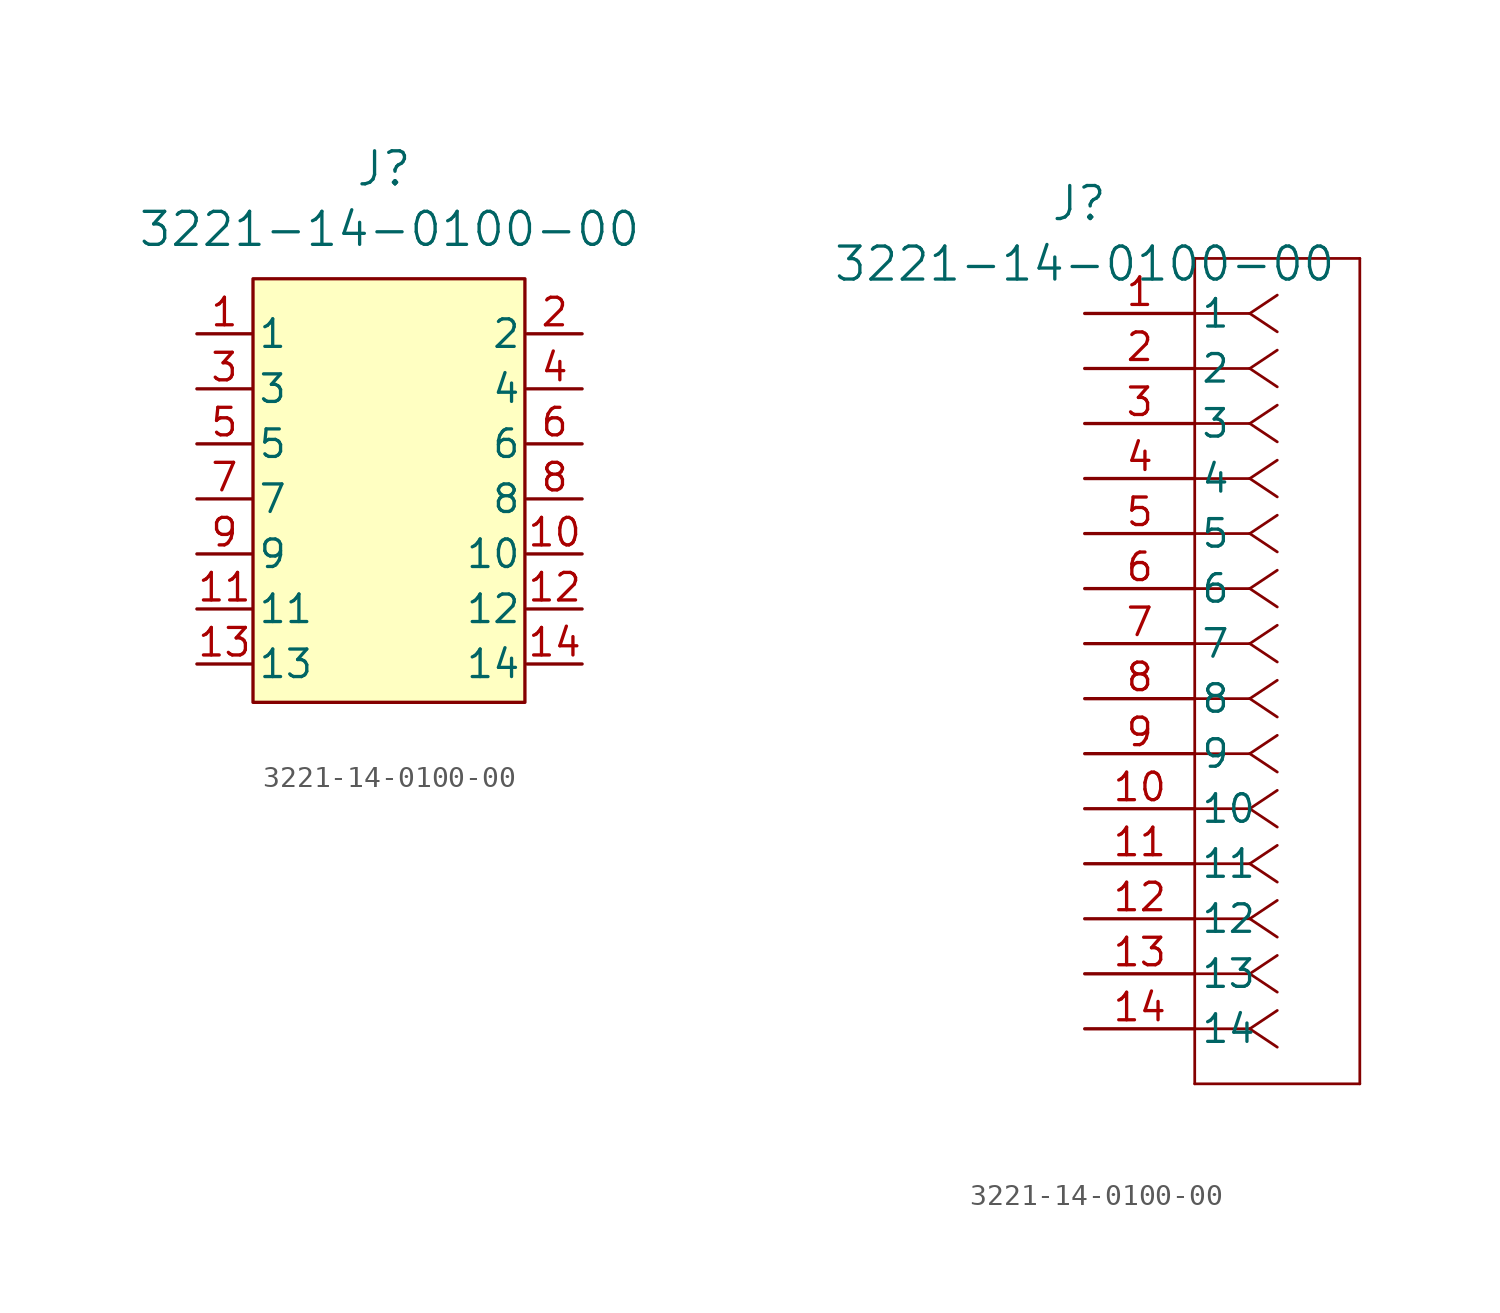
<source format=kicad_sym>
(kicad_symbol_lib
  (version 20231120)
  (generator "kicad_symbol_editor")
  (generator_version "8.0")
  (symbol "3221-14-0100-00"
    (pin_names
      (offset 0.254))
    (property "Reference" "J"
      (at -0.254 5.08 0)
      (effects (font (size 1.524 1.524))))
    (property "Value" "3221-14-0100-00"
      (at 0 2.286 0)
      (effects (font (size 1.524 1.524))))
    (property "ki_locked" ""
      (at 0 0 0)
      (effects (font (size 1.27 1.27))))
    (symbol "3221-14-0100-00_1_1"
      (rectangle (start -6.3 0) (end 6.25 -19.55) (stroke (width 0) (type default)) (fill (type background)))
      (pin passive line (at -8.89 -2.54 0) (length 2.54) (name "1" (effects (font (size 1.27 1.27)))) (number "1" (effects (font (size 1.27 1.27)))))
      (pin passive line (at 8.89 -12.7 180) (length 2.54) (name "10" (effects (font (size 1.27 1.27)))) (number "10" (effects (font (size 1.27 1.27)))))
      (pin passive line (at -8.89 -15.24 0) (length 2.54) (name "11" (effects (font (size 1.27 1.27)))) (number "11" (effects (font (size 1.27 1.27)))))
      (pin passive line (at 8.89 -15.24 180) (length 2.54) (name "12" (effects (font (size 1.27 1.27)))) (number "12" (effects (font (size 1.27 1.27)))))
      (pin passive line (at -8.89 -17.78 0) (length 2.54) (name "13" (effects (font (size 1.27 1.27)))) (number "13" (effects (font (size 1.27 1.27)))))
      (pin passive line (at 8.89 -17.78 180) (length 2.54) (name "14" (effects (font (size 1.27 1.27)))) (number "14" (effects (font (size 1.27 1.27)))))
      (pin passive line (at 8.89 -2.54 180) (length 2.54) (name "2" (effects (font (size 1.27 1.27)))) (number "2" (effects (font (size 1.27 1.27)))))
      (pin passive line (at -8.89 -5.08 0) (length 2.54) (name "3" (effects (font (size 1.27 1.27)))) (number "3" (effects (font (size 1.27 1.27)))))
      (pin passive line (at 8.89 -5.08 180) (length 2.54) (name "4" (effects (font (size 1.27 1.27)))) (number "4" (effects (font (size 1.27 1.27)))))
      (pin passive line (at -8.89 -7.62 0) (length 2.54) (name "5" (effects (font (size 1.27 1.27)))) (number "5" (effects (font (size 1.27 1.27)))))
      (pin passive line (at 8.89 -7.62 180) (length 2.54) (name "6" (effects (font (size 1.27 1.27)))) (number "6" (effects (font (size 1.27 1.27)))))
      (pin passive line (at -8.89 -10.16 0) (length 2.54) (name "7" (effects (font (size 1.27 1.27)))) (number "7" (effects (font (size 1.27 1.27)))))
      (pin passive line (at 8.89 -10.16 180) (length 2.54) (name "8" (effects (font (size 1.27 1.27)))) (number "8" (effects (font (size 1.27 1.27)))))
      (pin passive line (at -8.89 -12.7 0) (length 2.54) (name "9" (effects (font (size 1.27 1.27)))) (number "9" (effects (font (size 1.27 1.27))))))
    (symbol "3221-14-0100-00_1_2"
      (polyline (pts (xy 5.08 -35.56) (xy 12.7 -35.56)) (stroke (width 0.127) (type default)) (fill (type none)))
      (polyline (pts (xy 5.08 2.54) (xy 5.08 -35.56)) (stroke (width 0.127) (type default)) (fill (type none)))
      (polyline (pts (xy 7.62 -33.02) (xy 5.08 -33.02)) (stroke (width 0.127) (type default)) (fill (type none)))
      (polyline (pts (xy 7.62 -33.02) (xy 8.89 -33.867)) (stroke (width 0.127) (type default)) (fill (type none)))
      (polyline (pts (xy 7.62 -33.02) (xy 8.89 -32.173)) (stroke (width 0.127) (type default)) (fill (type none)))
      (polyline (pts (xy 7.62 -30.48) (xy 5.08 -30.48)) (stroke (width 0.127) (type default)) (fill (type none)))
      (polyline (pts (xy 7.62 -30.48) (xy 8.89 -31.327)) (stroke (width 0.127) (type default)) (fill (type none)))
      (polyline (pts (xy 7.62 -30.48) (xy 8.89 -29.633)) (stroke (width 0.127) (type default)) (fill (type none)))
      (polyline (pts (xy 7.62 -27.94) (xy 5.08 -27.94)) (stroke (width 0.127) (type default)) (fill (type none)))
      (polyline (pts (xy 7.62 -27.94) (xy 8.89 -28.787)) (stroke (width 0.127) (type default)) (fill (type none)))
      (polyline (pts (xy 7.62 -27.94) (xy 8.89 -27.093)) (stroke (width 0.127) (type default)) (fill (type none)))
      (polyline (pts (xy 7.62 -25.4) (xy 5.08 -25.4)) (stroke (width 0.127) (type default)) (fill (type none)))
      (polyline (pts (xy 7.62 -25.4) (xy 8.89 -26.247)) (stroke (width 0.127) (type default)) (fill (type none)))
      (polyline (pts (xy 7.62 -25.4) (xy 8.89 -24.553)) (stroke (width 0.127) (type default)) (fill (type none)))
      (polyline (pts (xy 7.62 -22.86) (xy 5.08 -22.86)) (stroke (width 0.127) (type default)) (fill (type none)))
      (polyline (pts (xy 7.62 -22.86) (xy 8.89 -23.707)) (stroke (width 0.127) (type default)) (fill (type none)))
      (polyline (pts (xy 7.62 -22.86) (xy 8.89 -22.013)) (stroke (width 0.127) (type default)) (fill (type none)))
      (polyline (pts (xy 7.62 -20.32) (xy 5.08 -20.32)) (stroke (width 0.127) (type default)) (fill (type none)))
      (polyline (pts (xy 7.62 -20.32) (xy 8.89 -21.167)) (stroke (width 0.127) (type default)) (fill (type none)))
      (polyline (pts (xy 7.62 -20.32) (xy 8.89 -19.473)) (stroke (width 0.127) (type default)) (fill (type none)))
      (polyline (pts (xy 7.62 -17.78) (xy 5.08 -17.78)) (stroke (width 0.127) (type default)) (fill (type none)))
      (polyline (pts (xy 7.62 -17.78) (xy 8.89 -18.627)) (stroke (width 0.127) (type default)) (fill (type none)))
      (polyline (pts (xy 7.62 -17.78) (xy 8.89 -16.933)) (stroke (width 0.127) (type default)) (fill (type none)))
      (polyline (pts (xy 7.62 -15.24) (xy 5.08 -15.24)) (stroke (width 0.127) (type default)) (fill (type none)))
      (polyline (pts (xy 7.62 -15.24) (xy 8.89 -16.087)) (stroke (width 0.127) (type default)) (fill (type none)))
      (polyline (pts (xy 7.62 -15.24) (xy 8.89 -14.393)) (stroke (width 0.127) (type default)) (fill (type none)))
      (polyline (pts (xy 7.62 -12.7) (xy 5.08 -12.7)) (stroke (width 0.127) (type default)) (fill (type none)))
      (polyline (pts (xy 7.62 -12.7) (xy 8.89 -13.547)) (stroke (width 0.127) (type default)) (fill (type none)))
      (polyline (pts (xy 7.62 -12.7) (xy 8.89 -11.853)) (stroke (width 0.127) (type default)) (fill (type none)))
      (polyline (pts (xy 7.62 -10.16) (xy 5.08 -10.16)) (stroke (width 0.127) (type default)) (fill (type none)))
      (polyline (pts (xy 7.62 -10.16) (xy 8.89 -11.007)) (stroke (width 0.127) (type default)) (fill (type none)))
      (polyline (pts (xy 7.62 -10.16) (xy 8.89 -9.313)) (stroke (width 0.127) (type default)) (fill (type none)))
      (polyline (pts (xy 7.62 -7.62) (xy 5.08 -7.62)) (stroke (width 0.127) (type default)) (fill (type none)))
      (polyline (pts (xy 7.62 -7.62) (xy 8.89 -8.467)) (stroke (width 0.127) (type default)) (fill (type none)))
      (polyline (pts (xy 7.62 -7.62) (xy 8.89 -6.773)) (stroke (width 0.127) (type default)) (fill (type none)))
      (polyline (pts (xy 7.62 -5.08) (xy 5.08 -5.08)) (stroke (width 0.127) (type default)) (fill (type none)))
      (polyline (pts (xy 7.62 -5.08) (xy 8.89 -5.927)) (stroke (width 0.127) (type default)) (fill (type none)))
      (polyline (pts (xy 7.62 -5.08) (xy 8.89 -4.233)) (stroke (width 0.127) (type default)) (fill (type none)))
      (polyline (pts (xy 7.62 -2.54) (xy 5.08 -2.54)) (stroke (width 0.127) (type default)) (fill (type none)))
      (polyline (pts (xy 7.62 -2.54) (xy 8.89 -3.387)) (stroke (width 0.127) (type default)) (fill (type none)))
      (polyline (pts (xy 7.62 -2.54) (xy 8.89 -1.693)) (stroke (width 0.127) (type default)) (fill (type none)))
      (polyline (pts (xy 7.62 0) (xy 5.08 0)) (stroke (width 0.127) (type default)) (fill (type none)))
      (polyline (pts (xy 7.62 0) (xy 8.89 -0.847)) (stroke (width 0.127) (type default)) (fill (type none)))
      (polyline (pts (xy 7.62 0) (xy 8.89 0.847)) (stroke (width 0.127) (type default)) (fill (type none)))
      (polyline (pts (xy 12.7 -35.56) (xy 12.7 2.54)) (stroke (width 0.127) (type default)) (fill (type none)))
      (polyline (pts (xy 12.7 2.54) (xy 5.08 2.54)) (stroke (width 0.127) (type default)) (fill (type none)))
      (pin unspecified line (at 0 0 0) (length 5.08) (name "1" (effects (font (size 1.27 1.27)))) (number "1" (effects (font (size 1.27 1.27)))))
      (pin unspecified line (at 0 -22.86 0) (length 5.08) (name "10" (effects (font (size 1.27 1.27)))) (number "10" (effects (font (size 1.27 1.27)))))
      (pin unspecified line (at 0 -25.4 0) (length 5.08) (name "11" (effects (font (size 1.27 1.27)))) (number "11" (effects (font (size 1.27 1.27)))))
      (pin unspecified line (at 0 -27.94 0) (length 5.08) (name "12" (effects (font (size 1.27 1.27)))) (number "12" (effects (font (size 1.27 1.27)))))
      (pin unspecified line (at 0 -30.48 0) (length 5.08) (name "13" (effects (font (size 1.27 1.27)))) (number "13" (effects (font (size 1.27 1.27)))))
      (pin unspecified line (at 0 -33.02 0) (length 5.08) (name "14" (effects (font (size 1.27 1.27)))) (number "14" (effects (font (size 1.27 1.27)))))
      (pin unspecified line (at 0 -2.54 0) (length 5.08) (name "2" (effects (font (size 1.27 1.27)))) (number "2" (effects (font (size 1.27 1.27)))))
      (pin unspecified line (at 0 -5.08 0) (length 5.08) (name "3" (effects (font (size 1.27 1.27)))) (number "3" (effects (font (size 1.27 1.27)))))
      (pin unspecified line (at 0 -7.62 0) (length 5.08) (name "4" (effects (font (size 1.27 1.27)))) (number "4" (effects (font (size 1.27 1.27)))))
      (pin unspecified line (at 0 -10.16 0) (length 5.08) (name "5" (effects (font (size 1.27 1.27)))) (number "5" (effects (font (size 1.27 1.27)))))
      (pin unspecified line (at 0 -12.7 0) (length 5.08) (name "6" (effects (font (size 1.27 1.27)))) (number "6" (effects (font (size 1.27 1.27)))))
      (pin unspecified line (at 0 -15.24 0) (length 5.08) (name "7" (effects (font (size 1.27 1.27)))) (number "7" (effects (font (size 1.27 1.27)))))
      (pin unspecified line (at 0 -17.78 0) (length 5.08) (name "8" (effects (font (size 1.27 1.27)))) (number "8" (effects (font (size 1.27 1.27)))))
      (pin unspecified line (at 0 -20.32 0) (length 5.08) (name "9" (effects (font (size 1.27 1.27)))) (number "9" (effects (font (size 1.27 1.27))))))))
</source>
